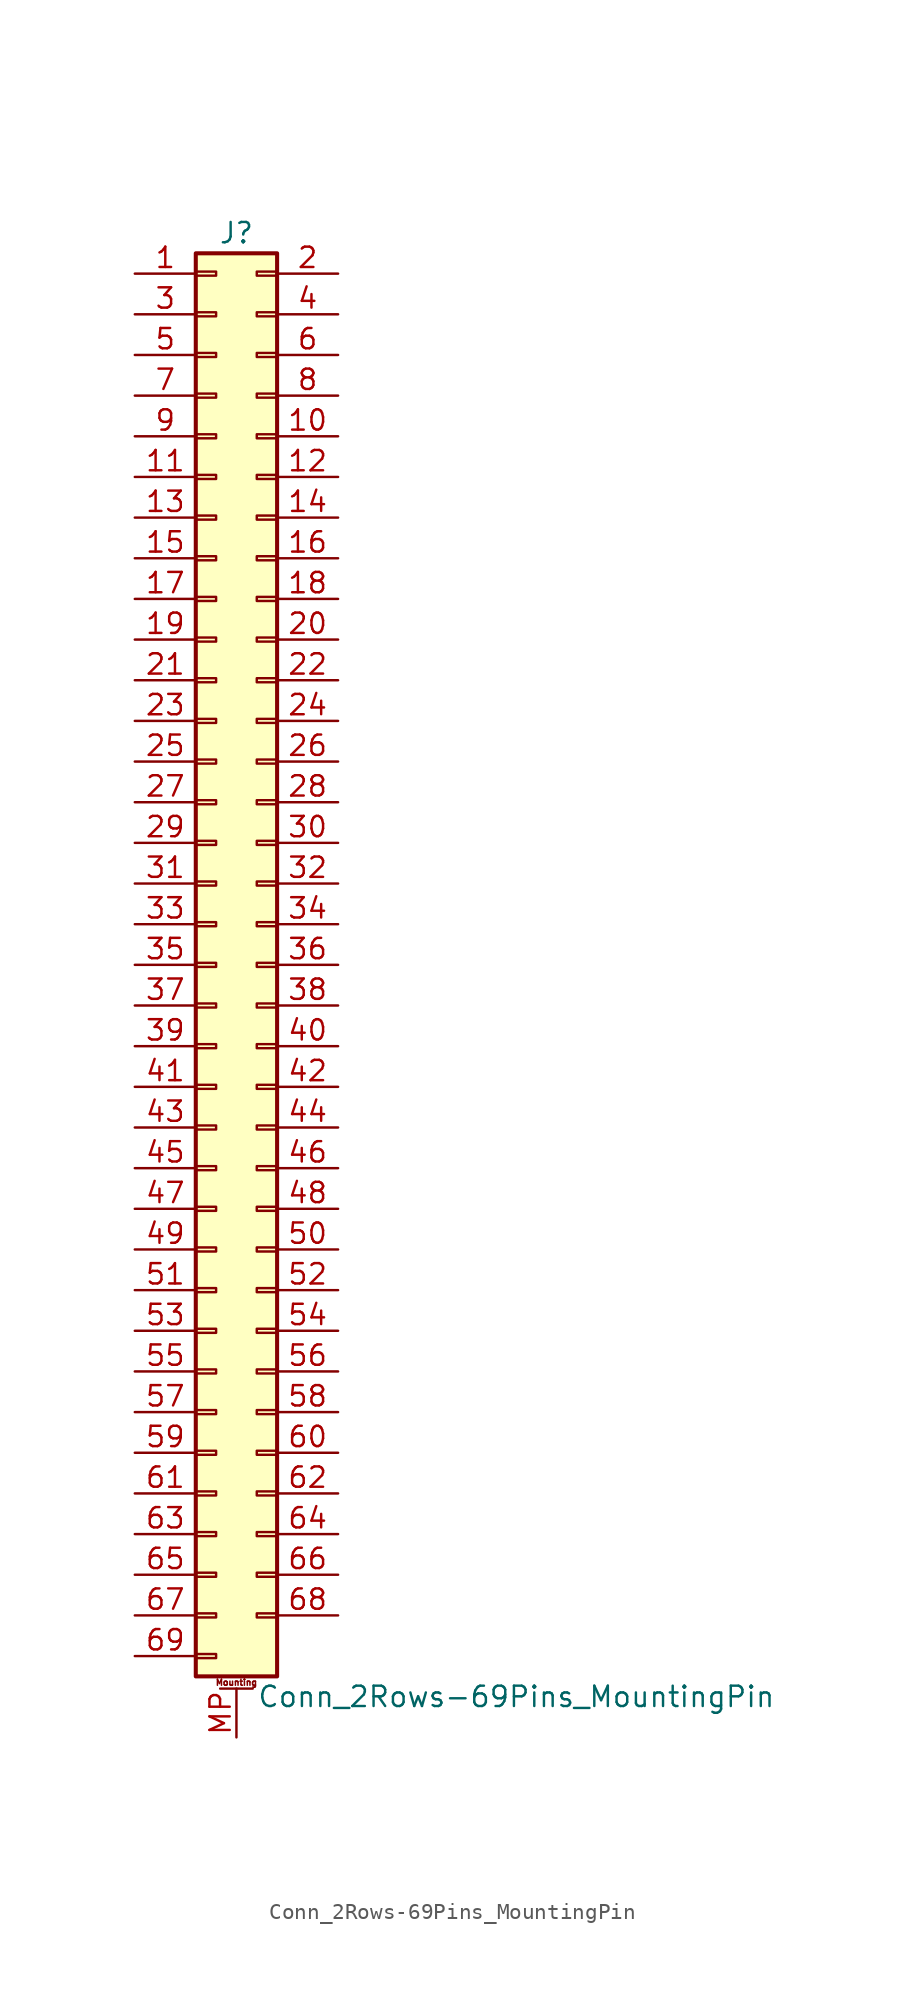
<source format=kicad_sym>
(kicad_symbol_lib
  (version 20220914)
  (generator kicad_symbol_editor)
  (symbol "Conn_2Rows-69Pins_MountingPin"
    (pin_names
      (offset 1.016) hide)
    (property "Reference" "J"
      (at 1.27 45.72 0)
      (effects (font (size 1.27 1.27))))
    (property "Value" "Conn_2Rows-69Pins_MountingPin"
      (at 2.54 -45.72 0)
      (effects (font (size 1.27 1.27)) (justify left)))
    (symbol "Conn_2Rows-69Pins_MountingPin_1_1"
      (rectangle (start -1.27 -43.053) (end 0 -43.307) (stroke (width 0.152) (type default)) (fill (type none)))
      (rectangle (start -1.27 -40.513) (end 0 -40.767) (stroke (width 0.152) (type default)) (fill (type none)))
      (rectangle (start -1.27 -37.973) (end 0 -38.227) (stroke (width 0.152) (type default)) (fill (type none)))
      (rectangle (start -1.27 -35.433) (end 0 -35.687) (stroke (width 0.152) (type default)) (fill (type none)))
      (rectangle (start -1.27 -32.893) (end 0 -33.147) (stroke (width 0.152) (type default)) (fill (type none)))
      (rectangle (start -1.27 -30.353) (end 0 -30.607) (stroke (width 0.152) (type default)) (fill (type none)))
      (rectangle (start -1.27 -27.813) (end 0 -28.067) (stroke (width 0.152) (type default)) (fill (type none)))
      (rectangle (start -1.27 -25.273) (end 0 -25.527) (stroke (width 0.152) (type default)) (fill (type none)))
      (rectangle (start -1.27 -22.733) (end 0 -22.987) (stroke (width 0.152) (type default)) (fill (type none)))
      (rectangle (start -1.27 -20.193) (end 0 -20.447) (stroke (width 0.152) (type default)) (fill (type none)))
      (rectangle (start -1.27 -17.653) (end 0 -17.907) (stroke (width 0.152) (type default)) (fill (type none)))
      (rectangle (start -1.27 -15.113) (end 0 -15.367) (stroke (width 0.152) (type default)) (fill (type none)))
      (rectangle (start -1.27 -12.573) (end 0 -12.827) (stroke (width 0.152) (type default)) (fill (type none)))
      (rectangle (start -1.27 -10.033) (end 0 -10.287) (stroke (width 0.152) (type default)) (fill (type none)))
      (rectangle (start -1.27 -7.493) (end 0 -7.747) (stroke (width 0.152) (type default)) (fill (type none)))
      (rectangle (start -1.27 -4.953) (end 0 -5.207) (stroke (width 0.152) (type default)) (fill (type none)))
      (rectangle (start -1.27 -2.413) (end 0 -2.667) (stroke (width 0.152) (type default)) (fill (type none)))
      (rectangle (start -1.27 0.127) (end 0 -0.127) (stroke (width 0.152) (type default)) (fill (type none)))
      (rectangle (start -1.27 2.667) (end 0 2.413) (stroke (width 0.152) (type default)) (fill (type none)))
      (rectangle (start -1.27 5.207) (end 0 4.953) (stroke (width 0.152) (type default)) (fill (type none)))
      (rectangle (start -1.27 7.747) (end 0 7.493) (stroke (width 0.152) (type default)) (fill (type none)))
      (rectangle (start -1.27 10.287) (end 0 10.033) (stroke (width 0.152) (type default)) (fill (type none)))
      (rectangle (start -1.27 12.827) (end 0 12.573) (stroke (width 0.152) (type default)) (fill (type none)))
      (rectangle (start -1.27 15.367) (end 0 15.113) (stroke (width 0.152) (type default)) (fill (type none)))
      (rectangle (start -1.27 17.907) (end 0 17.653) (stroke (width 0.152) (type default)) (fill (type none)))
      (rectangle (start -1.27 20.447) (end 0 20.193) (stroke (width 0.152) (type default)) (fill (type none)))
      (rectangle (start -1.27 22.987) (end 0 22.733) (stroke (width 0.152) (type default)) (fill (type none)))
      (rectangle (start -1.27 25.527) (end 0 25.273) (stroke (width 0.152) (type default)) (fill (type none)))
      (rectangle (start -1.27 28.067) (end 0 27.813) (stroke (width 0.152) (type default)) (fill (type none)))
      (rectangle (start -1.27 30.607) (end 0 30.353) (stroke (width 0.152) (type default)) (fill (type none)))
      (rectangle (start -1.27 33.147) (end 0 32.893) (stroke (width 0.152) (type default)) (fill (type none)))
      (rectangle (start -1.27 35.687) (end 0 35.433) (stroke (width 0.152) (type default)) (fill (type none)))
      (rectangle (start -1.27 38.227) (end 0 37.973) (stroke (width 0.152) (type default)) (fill (type none)))
      (rectangle (start -1.27 40.767) (end 0 40.513) (stroke (width 0.152) (type default)) (fill (type none)))
      (rectangle (start -1.27 43.307) (end 0 43.053) (stroke (width 0.152) (type default)) (fill (type none)))
      (rectangle (start -1.27 44.45) (end 3.81 -44.45) (stroke (width 0.254) (type default)) (fill (type background)))
      (polyline (pts (xy 0.254 -45.212) (xy 2.286 -45.212)) (stroke (width 0.152) (type default)) (fill (type none)))
      (rectangle (start 3.81 -40.513) (end 2.54 -40.767) (stroke (width 0.152) (type default)) (fill (type none)))
      (rectangle (start 3.81 -37.973) (end 2.54 -38.227) (stroke (width 0.152) (type default)) (fill (type none)))
      (rectangle (start 3.81 -35.433) (end 2.54 -35.687) (stroke (width 0.152) (type default)) (fill (type none)))
      (rectangle (start 3.81 -32.893) (end 2.54 -33.147) (stroke (width 0.152) (type default)) (fill (type none)))
      (rectangle (start 3.81 -30.353) (end 2.54 -30.607) (stroke (width 0.152) (type default)) (fill (type none)))
      (rectangle (start 3.81 -27.813) (end 2.54 -28.067) (stroke (width 0.152) (type default)) (fill (type none)))
      (rectangle (start 3.81 -25.273) (end 2.54 -25.527) (stroke (width 0.152) (type default)) (fill (type none)))
      (rectangle (start 3.81 -22.733) (end 2.54 -22.987) (stroke (width 0.152) (type default)) (fill (type none)))
      (rectangle (start 3.81 -20.193) (end 2.54 -20.447) (stroke (width 0.152) (type default)) (fill (type none)))
      (rectangle (start 3.81 -17.653) (end 2.54 -17.907) (stroke (width 0.152) (type default)) (fill (type none)))
      (rectangle (start 3.81 -15.113) (end 2.54 -15.367) (stroke (width 0.152) (type default)) (fill (type none)))
      (rectangle (start 3.81 -12.573) (end 2.54 -12.827) (stroke (width 0.152) (type default)) (fill (type none)))
      (rectangle (start 3.81 -10.033) (end 2.54 -10.287) (stroke (width 0.152) (type default)) (fill (type none)))
      (rectangle (start 3.81 -7.493) (end 2.54 -7.747) (stroke (width 0.152) (type default)) (fill (type none)))
      (rectangle (start 3.81 -4.953) (end 2.54 -5.207) (stroke (width 0.152) (type default)) (fill (type none)))
      (rectangle (start 3.81 -2.413) (end 2.54 -2.667) (stroke (width 0.152) (type default)) (fill (type none)))
      (rectangle (start 3.81 0.127) (end 2.54 -0.127) (stroke (width 0.152) (type default)) (fill (type none)))
      (rectangle (start 3.81 2.667) (end 2.54 2.413) (stroke (width 0.152) (type default)) (fill (type none)))
      (rectangle (start 3.81 5.207) (end 2.54 4.953) (stroke (width 0.152) (type default)) (fill (type none)))
      (rectangle (start 3.81 7.747) (end 2.54 7.493) (stroke (width 0.152) (type default)) (fill (type none)))
      (rectangle (start 3.81 10.287) (end 2.54 10.033) (stroke (width 0.152) (type default)) (fill (type none)))
      (rectangle (start 3.81 12.827) (end 2.54 12.573) (stroke (width 0.152) (type default)) (fill (type none)))
      (rectangle (start 3.81 15.367) (end 2.54 15.113) (stroke (width 0.152) (type default)) (fill (type none)))
      (rectangle (start 3.81 17.907) (end 2.54 17.653) (stroke (width 0.152) (type default)) (fill (type none)))
      (rectangle (start 3.81 20.447) (end 2.54 20.193) (stroke (width 0.152) (type default)) (fill (type none)))
      (rectangle (start 3.81 22.987) (end 2.54 22.733) (stroke (width 0.152) (type default)) (fill (type none)))
      (rectangle (start 3.81 25.527) (end 2.54 25.273) (stroke (width 0.152) (type default)) (fill (type none)))
      (rectangle (start 3.81 28.067) (end 2.54 27.813) (stroke (width 0.152) (type default)) (fill (type none)))
      (rectangle (start 3.81 30.607) (end 2.54 30.353) (stroke (width 0.152) (type default)) (fill (type none)))
      (rectangle (start 3.81 33.147) (end 2.54 32.893) (stroke (width 0.152) (type default)) (fill (type none)))
      (rectangle (start 3.81 35.687) (end 2.54 35.433) (stroke (width 0.152) (type default)) (fill (type none)))
      (rectangle (start 3.81 38.227) (end 2.54 37.973) (stroke (width 0.152) (type default)) (fill (type none)))
      (rectangle (start 3.81 40.767) (end 2.54 40.513) (stroke (width 0.152) (type default)) (fill (type none)))
      (rectangle (start 3.81 43.307) (end 2.54 43.053) (stroke (width 0.152) (type default)) (fill (type none)))
      (text "Mounting" (at 1.27 -44.831 0) (effects (font (size 0.381 0.381))))
      (pin passive line (at -5.08 43.18 0) (length 3.81) (name "Pin_1" (effects (font (size 1.27 1.27)))) (number "1" (effects (font (size 1.27 1.27)))))
      (pin passive line (at 7.62 33.02 180) (length 3.81) (name "Pin_10" (effects (font (size 1.27 1.27)))) (number "10" (effects (font (size 1.27 1.27)))))
      (pin passive line (at -5.08 30.48 0) (length 3.81) (name "Pin_11" (effects (font (size 1.27 1.27)))) (number "11" (effects (font (size 1.27 1.27)))))
      (pin passive line (at 7.62 30.48 180) (length 3.81) (name "Pin_12" (effects (font (size 1.27 1.27)))) (number "12" (effects (font (size 1.27 1.27)))))
      (pin passive line (at -5.08 27.94 0) (length 3.81) (name "Pin_13" (effects (font (size 1.27 1.27)))) (number "13" (effects (font (size 1.27 1.27)))))
      (pin passive line (at 7.62 27.94 180) (length 3.81) (name "Pin_14" (effects (font (size 1.27 1.27)))) (number "14" (effects (font (size 1.27 1.27)))))
      (pin passive line (at -5.08 25.4 0) (length 3.81) (name "Pin_15" (effects (font (size 1.27 1.27)))) (number "15" (effects (font (size 1.27 1.27)))))
      (pin passive line (at 7.62 25.4 180) (length 3.81) (name "Pin_16" (effects (font (size 1.27 1.27)))) (number "16" (effects (font (size 1.27 1.27)))))
      (pin passive line (at -5.08 22.86 0) (length 3.81) (name "Pin_17" (effects (font (size 1.27 1.27)))) (number "17" (effects (font (size 1.27 1.27)))))
      (pin passive line (at 7.62 22.86 180) (length 3.81) (name "Pin_18" (effects (font (size 1.27 1.27)))) (number "18" (effects (font (size 1.27 1.27)))))
      (pin passive line (at -5.08 20.32 0) (length 3.81) (name "Pin_19" (effects (font (size 1.27 1.27)))) (number "19" (effects (font (size 1.27 1.27)))))
      (pin passive line (at 7.62 43.18 180) (length 3.81) (name "Pin_2" (effects (font (size 1.27 1.27)))) (number "2" (effects (font (size 1.27 1.27)))))
      (pin passive line (at 7.62 20.32 180) (length 3.81) (name "Pin_20" (effects (font (size 1.27 1.27)))) (number "20" (effects (font (size 1.27 1.27)))))
      (pin passive line (at -5.08 17.78 0) (length 3.81) (name "Pin_21" (effects (font (size 1.27 1.27)))) (number "21" (effects (font (size 1.27 1.27)))))
      (pin passive line (at 7.62 17.78 180) (length 3.81) (name "Pin_22" (effects (font (size 1.27 1.27)))) (number "22" (effects (font (size 1.27 1.27)))))
      (pin passive line (at -5.08 15.24 0) (length 3.81) (name "Pin_23" (effects (font (size 1.27 1.27)))) (number "23" (effects (font (size 1.27 1.27)))))
      (pin passive line (at 7.62 15.24 180) (length 3.81) (name "Pin_24" (effects (font (size 1.27 1.27)))) (number "24" (effects (font (size 1.27 1.27)))))
      (pin passive line (at -5.08 12.7 0) (length 3.81) (name "Pin_25" (effects (font (size 1.27 1.27)))) (number "25" (effects (font (size 1.27 1.27)))))
      (pin passive line (at 7.62 12.7 180) (length 3.81) (name "Pin_26" (effects (font (size 1.27 1.27)))) (number "26" (effects (font (size 1.27 1.27)))))
      (pin passive line (at -5.08 10.16 0) (length 3.81) (name "Pin_27" (effects (font (size 1.27 1.27)))) (number "27" (effects (font (size 1.27 1.27)))))
      (pin passive line (at 7.62 10.16 180) (length 3.81) (name "Pin_28" (effects (font (size 1.27 1.27)))) (number "28" (effects (font (size 1.27 1.27)))))
      (pin passive line (at -5.08 7.62 0) (length 3.81) (name "Pin_29" (effects (font (size 1.27 1.27)))) (number "29" (effects (font (size 1.27 1.27)))))
      (pin passive line (at -5.08 40.64 0) (length 3.81) (name "Pin_3" (effects (font (size 1.27 1.27)))) (number "3" (effects (font (size 1.27 1.27)))))
      (pin passive line (at 7.62 7.62 180) (length 3.81) (name "Pin_30" (effects (font (size 1.27 1.27)))) (number "30" (effects (font (size 1.27 1.27)))))
      (pin passive line (at -5.08 5.08 0) (length 3.81) (name "Pin_31" (effects (font (size 1.27 1.27)))) (number "31" (effects (font (size 1.27 1.27)))))
      (pin passive line (at 7.62 5.08 180) (length 3.81) (name "Pin_32" (effects (font (size 1.27 1.27)))) (number "32" (effects (font (size 1.27 1.27)))))
      (pin passive line (at -5.08 2.54 0) (length 3.81) (name "Pin_33" (effects (font (size 1.27 1.27)))) (number "33" (effects (font (size 1.27 1.27)))))
      (pin passive line (at 7.62 2.54 180) (length 3.81) (name "Pin_34" (effects (font (size 1.27 1.27)))) (number "34" (effects (font (size 1.27 1.27)))))
      (pin passive line (at -5.08 0 0) (length 3.81) (name "Pin_35" (effects (font (size 1.27 1.27)))) (number "35" (effects (font (size 1.27 1.27)))))
      (pin passive line (at 7.62 0 180) (length 3.81) (name "Pin_36" (effects (font (size 1.27 1.27)))) (number "36" (effects (font (size 1.27 1.27)))))
      (pin passive line (at -5.08 -2.54 0) (length 3.81) (name "Pin_37" (effects (font (size 1.27 1.27)))) (number "37" (effects (font (size 1.27 1.27)))))
      (pin passive line (at 7.62 -2.54 180) (length 3.81) (name "Pin_38" (effects (font (size 1.27 1.27)))) (number "38" (effects (font (size 1.27 1.27)))))
      (pin passive line (at -5.08 -5.08 0) (length 3.81) (name "Pin_39" (effects (font (size 1.27 1.27)))) (number "39" (effects (font (size 1.27 1.27)))))
      (pin passive line (at 7.62 40.64 180) (length 3.81) (name "Pin_4" (effects (font (size 1.27 1.27)))) (number "4" (effects (font (size 1.27 1.27)))))
      (pin passive line (at 7.62 -5.08 180) (length 3.81) (name "Pin_40" (effects (font (size 1.27 1.27)))) (number "40" (effects (font (size 1.27 1.27)))))
      (pin passive line (at -5.08 -7.62 0) (length 3.81) (name "Pin_41" (effects (font (size 1.27 1.27)))) (number "41" (effects (font (size 1.27 1.27)))))
      (pin passive line (at 7.62 -7.62 180) (length 3.81) (name "Pin_42" (effects (font (size 1.27 1.27)))) (number "42" (effects (font (size 1.27 1.27)))))
      (pin passive line (at -5.08 -10.16 0) (length 3.81) (name "Pin_43" (effects (font (size 1.27 1.27)))) (number "43" (effects (font (size 1.27 1.27)))))
      (pin passive line (at 7.62 -10.16 180) (length 3.81) (name "Pin_44" (effects (font (size 1.27 1.27)))) (number "44" (effects (font (size 1.27 1.27)))))
      (pin passive line (at -5.08 -12.7 0) (length 3.81) (name "Pin_45" (effects (font (size 1.27 1.27)))) (number "45" (effects (font (size 1.27 1.27)))))
      (pin passive line (at 7.62 -12.7 180) (length 3.81) (name "Pin_46" (effects (font (size 1.27 1.27)))) (number "46" (effects (font (size 1.27 1.27)))))
      (pin passive line (at -5.08 -15.24 0) (length 3.81) (name "Pin_47" (effects (font (size 1.27 1.27)))) (number "47" (effects (font (size 1.27 1.27)))))
      (pin passive line (at 7.62 -15.24 180) (length 3.81) (name "Pin_48" (effects (font (size 1.27 1.27)))) (number "48" (effects (font (size 1.27 1.27)))))
      (pin passive line (at -5.08 -17.78 0) (length 3.81) (name "Pin_49" (effects (font (size 1.27 1.27)))) (number "49" (effects (font (size 1.27 1.27)))))
      (pin passive line (at -5.08 38.1 0) (length 3.81) (name "Pin_5" (effects (font (size 1.27 1.27)))) (number "5" (effects (font (size 1.27 1.27)))))
      (pin passive line (at 7.62 -17.78 180) (length 3.81) (name "Pin_50" (effects (font (size 1.27 1.27)))) (number "50" (effects (font (size 1.27 1.27)))))
      (pin passive line (at -5.08 -20.32 0) (length 3.81) (name "Pin_51" (effects (font (size 1.27 1.27)))) (number "51" (effects (font (size 1.27 1.27)))))
      (pin passive line (at 7.62 -20.32 180) (length 3.81) (name "Pin_52" (effects (font (size 1.27 1.27)))) (number "52" (effects (font (size 1.27 1.27)))))
      (pin passive line (at -5.08 -22.86 0) (length 3.81) (name "Pin_53" (effects (font (size 1.27 1.27)))) (number "53" (effects (font (size 1.27 1.27)))))
      (pin passive line (at 7.62 -22.86 180) (length 3.81) (name "Pin_54" (effects (font (size 1.27 1.27)))) (number "54" (effects (font (size 1.27 1.27)))))
      (pin passive line (at -5.08 -25.4 0) (length 3.81) (name "Pin_55" (effects (font (size 1.27 1.27)))) (number "55" (effects (font (size 1.27 1.27)))))
      (pin passive line (at 7.62 -25.4 180) (length 3.81) (name "Pin_56" (effects (font (size 1.27 1.27)))) (number "56" (effects (font (size 1.27 1.27)))))
      (pin passive line (at -5.08 -27.94 0) (length 3.81) (name "Pin_57" (effects (font (size 1.27 1.27)))) (number "57" (effects (font (size 1.27 1.27)))))
      (pin passive line (at 7.62 -27.94 180) (length 3.81) (name "Pin_58" (effects (font (size 1.27 1.27)))) (number "58" (effects (font (size 1.27 1.27)))))
      (pin passive line (at -5.08 -30.48 0) (length 3.81) (name "Pin_59" (effects (font (size 1.27 1.27)))) (number "59" (effects (font (size 1.27 1.27)))))
      (pin passive line (at 7.62 38.1 180) (length 3.81) (name "Pin_6" (effects (font (size 1.27 1.27)))) (number "6" (effects (font (size 1.27 1.27)))))
      (pin passive line (at 7.62 -30.48 180) (length 3.81) (name "Pin_60" (effects (font (size 1.27 1.27)))) (number "60" (effects (font (size 1.27 1.27)))))
      (pin passive line (at -5.08 -33.02 0) (length 3.81) (name "Pin_61" (effects (font (size 1.27 1.27)))) (number "61" (effects (font (size 1.27 1.27)))))
      (pin passive line (at 7.62 -33.02 180) (length 3.81) (name "Pin_62" (effects (font (size 1.27 1.27)))) (number "62" (effects (font (size 1.27 1.27)))))
      (pin passive line (at -5.08 -35.56 0) (length 3.81) (name "Pin_63" (effects (font (size 1.27 1.27)))) (number "63" (effects (font (size 1.27 1.27)))))
      (pin passive line (at 7.62 -35.56 180) (length 3.81) (name "Pin_64" (effects (font (size 1.27 1.27)))) (number "64" (effects (font (size 1.27 1.27)))))
      (pin passive line (at -5.08 -38.1 0) (length 3.81) (name "Pin_65" (effects (font (size 1.27 1.27)))) (number "65" (effects (font (size 1.27 1.27)))))
      (pin passive line (at 7.62 -38.1 180) (length 3.81) (name "Pin_66" (effects (font (size 1.27 1.27)))) (number "66" (effects (font (size 1.27 1.27)))))
      (pin passive line (at -5.08 -40.64 0) (length 3.81) (name "Pin_67" (effects (font (size 1.27 1.27)))) (number "67" (effects (font (size 1.27 1.27)))))
      (pin passive line (at 7.62 -40.64 180) (length 3.81) (name "Pin_68" (effects (font (size 1.27 1.27)))) (number "68" (effects (font (size 1.27 1.27)))))
      (pin passive line (at -5.08 -43.18 0) (length 3.81) (name "Pin_69" (effects (font (size 1.27 1.27)))) (number "69" (effects (font (size 1.27 1.27)))))
      (pin passive line (at -5.08 35.56 0) (length 3.81) (name "Pin_7" (effects (font (size 1.27 1.27)))) (number "7" (effects (font (size 1.27 1.27)))))
      (pin passive line (at 7.62 35.56 180) (length 3.81) (name "Pin_8" (effects (font (size 1.27 1.27)))) (number "8" (effects (font (size 1.27 1.27)))))
      (pin passive line (at -5.08 33.02 0) (length 3.81) (name "Pin_9" (effects (font (size 1.27 1.27)))) (number "9" (effects (font (size 1.27 1.27)))))
      (pin passive line (at 1.27 -48.26 90) (length 3.048) (name "MountPin" (effects (font (size 1.27 1.27)))) (number "MP" (effects (font (size 1.27 1.27))))))))
</source>
